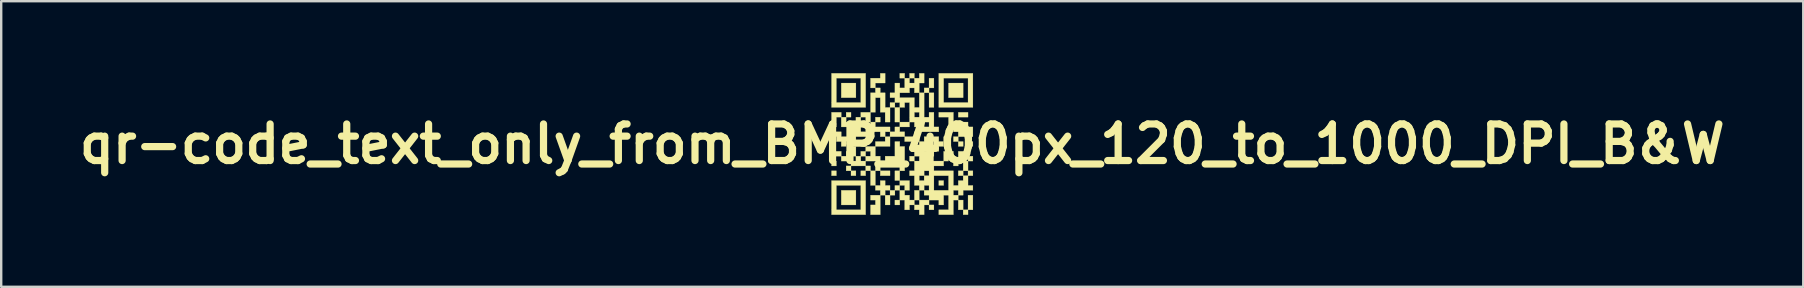
<source format=kicad_pcb>
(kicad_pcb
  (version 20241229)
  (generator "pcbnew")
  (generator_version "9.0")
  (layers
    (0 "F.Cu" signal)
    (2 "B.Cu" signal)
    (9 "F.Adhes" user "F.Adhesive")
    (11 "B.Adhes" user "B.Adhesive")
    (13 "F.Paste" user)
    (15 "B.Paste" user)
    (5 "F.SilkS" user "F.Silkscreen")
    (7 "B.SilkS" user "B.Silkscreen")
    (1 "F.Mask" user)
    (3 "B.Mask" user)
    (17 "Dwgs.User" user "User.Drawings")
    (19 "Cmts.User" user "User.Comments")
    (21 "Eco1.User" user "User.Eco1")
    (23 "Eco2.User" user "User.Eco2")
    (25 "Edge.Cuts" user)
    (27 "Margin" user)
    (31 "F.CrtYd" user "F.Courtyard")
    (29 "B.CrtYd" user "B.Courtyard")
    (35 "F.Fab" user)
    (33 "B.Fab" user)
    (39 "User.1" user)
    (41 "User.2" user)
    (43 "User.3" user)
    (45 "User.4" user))
  (footprint "qr-code_text_only_from_BMP_400px_120_to_1000_DPI_B&W"
    (layer "F.Cu")
    (at 34.551 2.951)
    (property "Reference" "qr-code_text_only_from_BMP_400px_120_to_1000_DPI_B&W" (at 0 0 0) (layer "F.SilkS") (effects (font (size 1.524 1.524) (thickness 0.3))))
    (attr through_hole)
    (fp_poly (pts (xy -2.743 0.914) (xy -2.946 0.914) (xy -2.946 0.711) (xy -2.743 0.711) (xy -2.743 0.914)) (stroke (width 0.01) (type solid)) (fill yes) (layer "F.SilkS"))
    (fp_poly (pts (xy -2.743 1.321) (xy -2.946 1.321) (xy -2.946 1.118) (xy -2.743 1.118) (xy -2.743 1.321)) (stroke (width 0.01) (type solid)) (fill yes) (layer "F.SilkS"))
    (fp_poly (pts (xy -2.54 0.508) (xy -2.946 0.508) (xy -2.946 0.305) (xy -2.54 0.305) (xy -2.54 0.508)) (stroke (width 0.01) (type solid)) (fill yes) (layer "F.SilkS"))
    (fp_poly (pts (xy -2.134 -1.118) (xy -2.337 -1.118) (xy -2.337 -1.321) (xy -2.134 -1.321) (xy -2.134 -1.118)) (stroke (width 0.01) (type solid)) (fill yes) (layer "F.SilkS"))
    (fp_poly (pts (xy -2.134 1.118) (xy -2.337 1.118) (xy -2.337 0.914) (xy -2.134 0.914) (xy -2.134 1.118)) (stroke (width 0.01) (type solid)) (fill yes) (layer "F.SilkS"))
    (fp_poly (pts (xy -1.93 -1.93) (xy -2.54 -1.93) (xy -2.54 -2.54) (xy -1.93 -2.54) (xy -1.93 -1.93)) (stroke (width 0.01) (type solid)) (fill yes) (layer "F.SilkS"))
    (fp_poly (pts (xy -1.93 1.321) (xy -2.134 1.321) (xy -2.134 1.118) (xy -1.93 1.118) (xy -1.93 1.321)) (stroke (width 0.01) (type solid)) (fill yes) (layer "F.SilkS"))
    (fp_poly (pts (xy -1.93 2.54) (xy -2.54 2.54) (xy -2.54 1.93) (xy -1.93 1.93) (xy -1.93 2.54)) (stroke (width 0.01) (type solid)) (fill yes) (layer "F.SilkS"))
    (fp_poly (pts (xy -1.524 0.102) (xy -1.727 0.102) (xy -1.727 -0.102) (xy -1.524 -0.102) (xy -1.524 0.102)) (stroke (width 0.01) (type solid)) (fill yes) (layer "F.SilkS"))
    (fp_poly (pts (xy -1.524 1.321) (xy -1.727 1.321) (xy -1.727 1.118) (xy -1.524 1.118) (xy -1.524 1.321)) (stroke (width 0.01) (type solid)) (fill yes) (layer "F.SilkS"))
    (fp_poly (pts (xy -1.321 1.118) (xy -1.524 1.118) (xy -1.524 0.914) (xy -1.321 0.914) (xy -1.321 1.118)) (stroke (width 0.01) (type solid)) (fill yes) (layer "F.SilkS"))
    (fp_poly (pts (xy -1.118 1.727) (xy -1.321 1.727) (xy -1.321 1.118) (xy -1.118 1.118) (xy -1.118 1.727)) (stroke (width 0.01) (type solid)) (fill yes) (layer "F.SilkS"))
    (fp_poly (pts (xy -0.914 -0.914) (xy -1.118 -0.914) (xy -1.118 -1.118) (xy -0.914 -1.118) (xy -0.914 -0.914)) (stroke (width 0.01) (type solid)) (fill yes) (layer "F.SilkS"))
    (fp_poly (pts (xy -0.914 1.118) (xy -1.118 1.118) (xy -1.118 0.914) (xy -0.914 0.914) (xy -0.914 1.118)) (stroke (width 0.01) (type solid)) (fill yes) (layer "F.SilkS"))
    (fp_poly (pts (xy -0.508 1.321) (xy -0.914 1.321) (xy -0.914 1.118) (xy -0.508 1.118) (xy -0.508 1.321)) (stroke (width 0.01) (type solid)) (fill yes) (layer "F.SilkS"))
    (fp_poly (pts (xy -0.305 -1.524) (xy -0.508 -1.524) (xy -0.508 -1.727) (xy -0.305 -1.727) (xy -0.305 -1.524)) (stroke (width 0.01) (type solid)) (fill yes) (layer "F.SilkS"))
    (fp_poly (pts (xy -0.102 -0.914) (xy -0.305 -0.914) (xy -0.305 -1.524) (xy -0.102 -1.524) (xy -0.102 -0.914)) (stroke (width 0.01) (type solid)) (fill yes) (layer "F.SilkS"))
    (fp_poly (pts (xy -0.102 1.524) (xy -0.305 1.524) (xy -0.305 1.118) (xy -0.102 1.118) (xy -0.102 1.524)) (stroke (width 0.01) (type solid)) (fill yes) (layer "F.SilkS"))
    (fp_poly (pts (xy -0.102 1.93) (xy -0.305 1.93) (xy -0.305 1.727) (xy -0.102 1.727) (xy -0.102 1.93)) (stroke (width 0.01) (type solid)) (fill yes) (layer "F.SilkS"))
    (fp_poly (pts (xy -0.102 2.54) (xy -0.305 2.54) (xy -0.305 2.337) (xy -0.102 2.337) (xy -0.102 2.54)) (stroke (width 0.01) (type solid)) (fill yes) (layer "F.SilkS"))
    (fp_poly (pts (xy 0.102 -2.743) (xy -0.102 -2.743) (xy -0.102 -2.946) (xy 0.102 -2.946) (xy 0.102 -2.743)) (stroke (width 0.01) (type solid)) (fill yes) (layer "F.SilkS"))
    (fp_poly (pts (xy 0.305 -0.711) (xy -0.102 -0.711) (xy -0.102 -0.914) (xy 0.305 -0.914) (xy 0.305 -0.711)) (stroke (width 0.01) (type solid)) (fill yes) (layer "F.SilkS"))
    (fp_poly (pts (xy 0.508 0.711) (xy 0.305 0.711) (xy 0.305 0.508) (xy 0.508 0.508) (xy 0.508 0.711)) (stroke (width 0.01) (type solid)) (fill yes) (layer "F.SilkS"))
    (fp_poly (pts (xy 0.711 2.337) (xy 0.508 2.337) (xy 0.508 1.93) (xy 0.711 1.93) (xy 0.711 2.337)) (stroke (width 0.01) (type solid)) (fill yes) (layer "F.SilkS"))
    (fp_poly (pts (xy 1.118 -2.134) (xy 0.914 -2.134) (xy 0.914 -2.337) (xy 1.118 -2.337) (xy 1.118 -2.134)) (stroke (width 0.01) (type solid)) (fill yes) (layer "F.SilkS"))
    (fp_poly (pts (xy 1.321 -2.337) (xy 1.118 -2.337) (xy 1.118 -2.743) (xy 1.321 -2.743) (xy 1.321 -2.337)) (stroke (width 0.01) (type solid)) (fill yes) (layer "F.SilkS"))
    (fp_poly (pts (xy 1.321 -1.524) (xy 1.118 -1.524) (xy 1.118 -2.134) (xy 1.321 -2.134) (xy 1.321 -1.524)) (stroke (width 0.01) (type solid)) (fill yes) (layer "F.SilkS"))
    (fp_poly (pts (xy 1.321 2.743) (xy 1.118 2.743) (xy 1.118 2.54) (xy 1.321 2.54) (xy 1.321 2.743)) (stroke (width 0.01) (type solid)) (fill yes) (layer "F.SilkS"))
    (fp_poly (pts (xy 1.727 1.727) (xy 1.524 1.727) (xy 1.524 1.524) (xy 1.727 1.524) (xy 1.727 1.727)) (stroke (width 0.01) (type solid)) (fill yes) (layer "F.SilkS"))
    (fp_poly (pts (xy 1.93 -0.102) (xy 1.727 -0.102) (xy 1.727 -0.305) (xy 1.93 -0.305) (xy 1.93 -0.102)) (stroke (width 0.01) (type solid)) (fill yes) (layer "F.SilkS"))
    (fp_poly (pts (xy 2.337 -0.102) (xy 2.134 -0.102) (xy 2.134 -0.305) (xy 2.337 -0.305) (xy 2.337 -0.102)) (stroke (width 0.01) (type solid)) (fill yes) (layer "F.SilkS"))
    (fp_poly (pts (xy 2.337 0.914) (xy 2.134 0.914) (xy 2.134 0.711) (xy 2.337 0.711) (xy 2.337 0.914)) (stroke (width 0.01) (type solid)) (fill yes) (layer "F.SilkS"))
    (fp_poly (pts (xy 2.54 -1.93) (xy 1.93 -1.93) (xy 1.93 -2.54) (xy 2.54 -2.54) (xy 2.54 -1.93)) (stroke (width 0.01) (type solid)) (fill yes) (layer "F.SilkS"))
    (fp_poly (pts (xy 2.54 0.102) (xy 2.337 0.102) (xy 2.337 -0.102) (xy 2.54 -0.102) (xy 2.54 0.102)) (stroke (width 0.01) (type solid)) (fill yes) (layer "F.SilkS"))
    (fp_poly (pts (xy 2.54 1.321) (xy 2.337 1.321) (xy 2.337 1.118) (xy 2.54 1.118) (xy 2.54 1.321)) (stroke (width 0.01) (type solid)) (fill yes) (layer "F.SilkS"))
    (fp_poly (pts (xy 2.54 2.743) (xy 2.337 2.743) (xy 2.337 2.337) (xy 2.54 2.337) (xy 2.54 2.743)) (stroke (width 0.01) (type solid)) (fill yes) (layer "F.SilkS"))
    (fp_poly (pts (xy 2.743 -1.118) (xy 2.337 -1.118) (xy 2.337 -1.321) (xy 2.743 -1.321) (xy 2.743 -1.118)) (stroke (width 0.01) (type solid)) (fill yes) (layer "F.SilkS"))
    (fp_poly (pts (xy 2.743 1.118) (xy 2.54 1.118) (xy 2.54 0.711) (xy 2.743 0.711) (xy 2.743 1.118)) (stroke (width 0.01) (type solid)) (fill yes) (layer "F.SilkS"))
    (fp_poly (pts (xy 2.743 2.946) (xy 2.54 2.946) (xy 2.54 2.743) (xy 2.743 2.743) (xy 2.743 2.946)) (stroke (width 0.01) (type solid)) (fill yes) (layer "F.SilkS"))
    (fp_poly (pts (xy 2.946 0.102) (xy 2.743 0.102) (xy 2.743 -0.102) (xy 2.946 -0.102) (xy 2.946 0.102)) (stroke (width 0.01) (type solid)) (fill yes) (layer "F.SilkS"))
    (fp_poly (pts (xy 2.946 0.711) (xy 2.743 0.711) (xy 2.743 0.508) (xy 2.946 0.508) (xy 2.946 0.711)) (stroke (width 0.01) (type solid)) (fill yes) (layer "F.SilkS"))
    (fp_poly (pts (xy 2.946 1.321) (xy 2.743 1.321) (xy 2.743 1.118) (xy 2.946 1.118) (xy 2.946 1.321)) (stroke (width 0.01) (type solid)) (fill yes) (layer "F.SilkS"))
    (fp_poly (pts (xy 2.946 2.743) (xy 2.743 2.743) (xy 2.743 2.134) (xy 2.946 2.134) (xy 2.946 2.743)) (stroke (width 0.01) (type solid)) (fill yes) (layer "F.SilkS"))
    (fp_poly (pts (xy -2.54 -1.118) (xy -2.743 -1.118) (xy -2.743 -0.711) (xy -2.946 -0.711) (xy -2.946 -1.321) (xy -2.54 -1.321) (xy -2.54 -1.118)) (stroke (width 0.01) (type solid)) (fill yes) (layer "F.SilkS"))
    (fp_poly (pts (xy -2.337 -0.914) (xy -2.134 -0.914) (xy -2.134 -0.711) (xy -2.54 -0.711) (xy -2.54 -1.118) (xy -2.337 -1.118) (xy -2.337 -0.914)) (stroke (width 0.01) (type solid)) (fill yes) (layer "F.SilkS"))
    (fp_poly (pts (xy -0.508 0.102) (xy -1.118 0.102) (xy -1.118 -0.102) (xy -0.711 -0.102) (xy -0.711 -0.305) (xy -0.508 -0.305) (xy -0.508 0.102)) (stroke (width 0.01) (type solid)) (fill yes) (layer "F.SilkS"))
    (fp_poly (pts (xy 0.305 1.93) (xy 0.102 1.93) (xy 0.102 1.727) (xy -0.102 1.727) (xy -0.102 1.524) (xy 0.305 1.524) (xy 0.305 1.93)) (stroke (width 0.01) (type solid)) (fill yes) (layer "F.SilkS"))
    (fp_poly (pts (xy 0.711 -0.102) (xy 0.102 -0.102) (xy 0.102 -0.305) (xy 0.508 -0.305) (xy 0.508 -0.508) (xy 0.711 -0.508) (xy 0.711 -0.102)) (stroke (width 0.01) (type solid)) (fill yes) (layer "F.SilkS"))
    (fp_poly (pts (xy 2.134 -0.711) (xy 1.93 -0.711) (xy 1.93 -1.118) (xy 1.524 -1.118) (xy 1.524 -1.321) (xy 2.134 -1.321) (xy 2.134 -0.711)) (stroke (width 0.01) (type solid)) (fill yes) (layer "F.SilkS"))
    (fp_poly (pts (xy 2.134 0.508) (xy 1.93 0.508) (xy 1.93 0.711) (xy 1.727 0.711) (xy 1.727 0.305) (xy 2.134 0.305) (xy 2.134 0.508)) (stroke (width 0.01) (type solid)) (fill yes) (layer "F.SilkS"))
    (fp_poly (pts (xy 2.743 0.508) (xy 2.54 0.508) (xy 2.54 0.711) (xy 2.337 0.711) (xy 2.337 0.305) (xy 2.743 0.305) (xy 2.743 0.508)) (stroke (width 0.01) (type solid)) (fill yes) (layer "F.SilkS"))
    (fp_poly (pts (xy -0.914 2.946) (xy -1.321 2.946) (xy -1.321 2.54) (xy -1.118 2.54) (xy -1.118 2.337) (xy -1.321 2.337) (xy -1.321 2.134) (xy -0.914 2.134) (xy -0.914 2.946)) (stroke (width 0.01) (type solid)) (fill yes) (layer "F.SilkS"))
    (fp_poly (pts (xy -0.711 -2.54) (xy -1.118 -2.54) (xy -1.118 -2.337) (xy -1.321 -2.337) (xy -1.321 -2.743) (xy -0.914 -2.743) (xy -0.914 -2.946) (xy -0.711 -2.946) (xy -0.711 -2.54)) (stroke (width 0.01) (type solid)) (fill yes) (layer "F.SilkS"))
    (fp_poly (pts (xy -0.102 -0.508) (xy 0.102 -0.508) (xy 0.102 -0.305) (xy -0.508 -0.305) (xy -0.508 -0.508) (xy -0.305 -0.508) (xy -0.305 -0.711) (xy -0.102 -0.711) (xy -0.102 -0.508)) (stroke (width 0.01) (type solid)) (fill yes) (layer "F.SilkS"))
    (fp_poly (pts (xy 1.118 2.54) (xy 0.914 2.54) (xy 0.914 2.946) (xy 0.711 2.946) (xy 0.711 2.743) (xy 0.508 2.743) (xy 0.508 2.54) (xy 0.711 2.54) (xy 0.711 2.337) (xy 1.118 2.337) (xy 1.118 2.54)) (stroke (width 0.01) (type solid)) (fill yes) (layer "F.SilkS"))
    (fp_poly (pts (xy -1.524 -1.524) (xy -2.946 -1.524) (xy -2.946 -2.743) (xy -2.743 -2.743) (xy -2.743 -1.727) (xy -1.727 -1.727) (xy -1.727 -2.743) (xy -2.743 -2.743) (xy -2.946 -2.743) (xy -2.946 -2.946) (xy -1.524 -2.946) (xy -1.524 -1.524)) (stroke (width 0.01) (type solid)) (fill yes) (layer "F.SilkS"))
    (fp_poly (pts (xy -1.524 2.946) (xy -2.946 2.946) (xy -2.946 1.727) (xy -2.743 1.727) (xy -2.743 2.743) (xy -1.727 2.743) (xy -1.727 1.727) (xy -2.743 1.727) (xy -2.946 1.727) (xy -2.946 1.524) (xy -1.524 1.524) (xy -1.524 2.946)) (stroke (width 0.01) (type solid)) (fill yes) (layer "F.SilkS"))
    (fp_poly (pts (xy 2.946 -1.524) (xy 1.524 -1.524) (xy 1.524 -2.743) (xy 1.727 -2.743) (xy 1.727 -1.727) (xy 2.743 -1.727) (xy 2.743 -2.743) (xy 1.727 -2.743) (xy 1.524 -2.743) (xy 1.524 -2.946) (xy 2.946 -2.946) (xy 2.946 -1.524)) (stroke (width 0.01) (type solid)) (fill yes) (layer "F.SilkS"))
    (fp_poly (pts (xy -0.914 0.711) (xy -0.711 0.711) (xy -0.711 0.508) (xy -0.305 0.508) (xy -0.305 -0.102) (xy -0.102 -0.102) (xy -0.102 0.102) (xy 0.102 0.102) (xy 0.102 1.118) (xy -0.102 1.118) (xy -0.102 0.914) (xy -0.914 0.914) (xy -0.914 0.711)) (stroke (width 0.01) (type solid)) (fill yes) (layer "F.SilkS"))
    (fp_poly (pts (xy -0.102 1.93) (xy 0.102 1.93) (xy 0.102 2.134) (xy 0.305 2.134) (xy 0.305 2.337) (xy 0.508 2.337) (xy 0.508 2.54) (xy 0.305 2.54) (xy 0.305 2.743) (xy 0.102 2.743) (xy 0.102 2.337) (xy -0.102 2.337) (xy -0.102 1.93)) (stroke (width 0.01) (type solid)) (fill yes) (layer "F.SilkS"))
    (fp_poly (pts (xy 2.946 -0.711) (xy 2.946 -0.305) (xy 2.337 -0.305) (xy 2.337 -0.508) (xy 2.134 -0.508) (xy 2.134 -0.711) (xy 2.54 -0.711) (xy 2.54 -0.508) (xy 2.743 -0.508) (xy 2.743 -0.711) (xy 2.54 -0.711) (xy 2.54 -0.914) (xy 2.743 -0.914) (xy 2.743 -0.711) (xy 2.946 -0.711)) (stroke (width 0.01) (type solid)) (fill yes) (layer "F.SilkS"))
    (fp_poly (pts (xy -0.914 -2.134) (xy -0.711 -2.134) (xy -0.711 -1.524) (xy -0.508 -1.524) (xy -0.508 -0.914) (xy -0.711 -0.914) (xy -0.711 -1.321) (xy -0.914 -1.321) (xy -0.914 -1.93) (xy -1.118 -1.93) (xy -1.118 -1.321) (xy -1.321 -1.321) (xy -1.321 -2.134) (xy -1.118 -2.134) (xy -1.118 -2.337) (xy -0.914 -2.337) (xy -0.914 -2.134)) (stroke (width 0.01) (type solid)) (fill yes) (layer "F.SilkS"))
    (fp_poly (pts (xy -0.914 1.93) (xy -0.711 1.93) (xy -0.711 2.134) (xy -0.508 2.134) (xy -0.508 1.93) (xy -0.711 1.93) (xy -0.914 1.93) (xy -1.118 1.93) (xy -1.118 1.727) (xy -0.914 1.727) (xy -0.914 1.524) (xy -0.711 1.524) (xy -0.711 1.727) (xy -0.508 1.727) (xy -0.508 1.93) (xy -0.305 1.93) (xy -0.305 2.134) (xy -0.508 2.134) (xy -0.508 2.54) (xy -0.711 2.54) (xy -0.711 2.134) (xy -0.914 2.134) (xy -0.914 1.93)) (stroke (width 0.01) (type solid)) (fill yes) (layer "F.SilkS"))
    (fp_poly (pts (xy -1.93 0.508) (xy -1.727 0.508) (xy -1.727 0.711) (xy -1.524 0.711) (xy -1.524 0.508) (xy -1.727 0.508) (xy -1.727 0.305) (xy -1.524 0.305) (xy -1.524 0.508) (xy -1.321 0.508) (xy -1.321 0.305) (xy -1.524 0.305) (xy -1.524 0.102) (xy -1.118 0.102) (xy -1.118 0.508) (xy -0.914 0.508) (xy -0.914 0.711) (xy -1.524 0.711) (xy -1.524 0.914) (xy -2.134 0.914) (xy -2.134 0.711) (xy -2.54 0.711) (xy -2.54 0.508) (xy -2.337 0.508) (xy -2.134 0.508) (xy -2.134 0.711) (xy -1.93 0.711) (xy -1.93 0.508) (xy -2.134 0.508) (xy -2.337 0.508) (xy -2.337 0.305) (xy -2.134 0.305) (xy -2.134 0.102) (xy -1.93 0.102) (xy -1.93 0.508)) (stroke (width 0.01) (type solid)) (fill yes) (layer "F.SilkS"))
    (fp_poly (pts (xy -1.118 -0.914) (xy -1.118 -0.711) (xy -0.508 -0.711) (xy -0.508 -0.508) (xy -0.711 -0.508) (xy -0.711 -0.305) (xy -0.914 -0.305) (xy -0.914 -0.508) (xy -1.321 -0.508) (xy -1.321 -0.102) (xy -1.524 -0.102) (xy -1.524 -0.305) (xy -1.93 -0.305) (xy -1.93 -0.102) (xy -2.337 -0.102) (xy -2.337 0.102) (xy -2.54 0.102) (xy -2.54 -0.102) (xy -2.743 -0.102) (xy -2.743 -0.305) (xy -2.946 -0.305) (xy -2.946 -0.508) (xy -2.54 -0.508) (xy -2.54 -0.305) (xy -2.134 -0.305) (xy -2.134 -0.711) (xy -1.93 -0.711) (xy -1.727 -0.711) (xy -1.727 -0.508) (xy -1.524 -0.508) (xy -1.524 -0.711) (xy -1.727 -0.711) (xy -1.93 -0.711) (xy -1.93 -1.118) (xy -1.727 -1.118) (xy -1.727 -0.914) (xy -1.524 -0.914) (xy -1.524 -0.711) (xy -1.321 -0.711) (xy -1.321 -0.914) (xy -1.524 -0.914) (xy -1.524 -1.118) (xy -1.727 -1.118) (xy -1.727 -1.321) (xy -1.321 -1.321) (xy -1.321 -0.914) (xy -1.118 -0.914)) (stroke (width 0.01) (type solid)) (fill yes) (layer "F.SilkS"))
    (fp_poly (pts (xy -0.305 -1.93) (xy -0.508 -1.93) (xy -0.508 -2.134) (xy -0.305 -2.134) (xy -0.102 -2.134) (xy -0.102 -1.93) (xy 0.508 -1.93) (xy 0.508 -1.524) (xy 0.711 -1.524) (xy 0.711 -2.134) (xy 0.508 -2.134) (xy 0.508 -2.337) (xy 0.305 -2.337) (xy 0.305 -2.134) (xy -0.102 -2.134) (xy -0.305 -2.134) (xy -0.305 -2.54) (xy -0.102 -2.54) (xy -0.102 -2.337) (xy 0.102 -2.337) (xy 0.102 -2.743) (xy 0.305 -2.743) (xy 0.305 -2.54) (xy 0.508 -2.54) (xy 0.508 -2.743) (xy 0.305 -2.743) (xy 0.305 -2.946) (xy 0.508 -2.946) (xy 0.508 -2.743) (xy 0.711 -2.743) (xy 0.711 -2.946) (xy 0.914 -2.946) (xy 0.914 -2.54) (xy 0.711 -2.54) (xy 0.711 -2.134) (xy 0.914 -2.134) (xy 0.914 -1.118) (xy 1.118 -1.118) (xy 1.118 -1.321) (xy 1.321 -1.321) (xy 1.321 -0.711) (xy 1.524 -0.711) (xy 1.524 -0.508) (xy 0.711 -0.508) (xy 0.711 -0.711) (xy 0.508 -0.711) (xy 0.508 -0.914) (xy 0.914 -0.914) (xy 0.914 -0.711) (xy 1.118 -0.711) (xy 1.118 -0.914) (xy 0.914 -0.914) (xy 0.508 -0.914) (xy 0.305 -0.914) (xy 0.305 -1.321) (xy 0.508 -1.321) (xy 0.508 -1.118) (xy 0.711 -1.118) (xy 0.711 -1.321) (xy 0.508 -1.321) (xy 0.305 -1.321) (xy 0.305 -1.727) (xy 0.102 -1.727) (xy 0.102 -1.524) (xy -0.102 -1.524) (xy -0.102 -1.727) (xy -0.305 -1.727) (xy -0.305 -1.93)) (stroke (width 0.01) (type solid)) (fill yes) (layer "F.SilkS"))
    (fp_poly (pts (xy 1.118 2.134) (xy 0.914 2.134) (xy 0.914 1.93) (xy 0.711 1.93) (xy 0.711 1.727) (xy 0.914 1.727) (xy 0.914 1.93) (xy 1.118 1.93) (xy 1.118 1.727) (xy 0.914 1.727) (xy 0.711 1.727) (xy 0.508 1.727) (xy 0.508 1.321) (xy 0.711 1.321) (xy 0.711 1.524) (xy 0.914 1.524) (xy 0.914 1.321) (xy 0.711 1.321) (xy 0.508 1.321) (xy 0.305 1.321) (xy 0.305 1.118) (xy 0.508 1.118) (xy 0.914 1.118) (xy 0.914 1.321) (xy 1.118 1.321) (xy 1.321 1.321) (xy 1.321 1.93) (xy 1.93 1.93) (xy 2.134 1.93) (xy 2.134 2.134) (xy 2.337 2.134) (xy 2.337 1.93) (xy 2.134 1.93) (xy 1.93 1.93) (xy 1.93 1.321) (xy 1.321 1.321) (xy 1.118 1.321) (xy 1.118 1.118) (xy 0.914 1.118) (xy 0.508 1.118) (xy 0.508 0.711) (xy 0.711 0.711) (xy 0.711 0.508) (xy 0.508 0.508) (xy 0.508 0.102) (xy 0.711 0.102) (xy 0.914 0.102) (xy 0.914 0.305) (xy 1.118 0.305) (xy 1.118 0.102) (xy 0.914 0.102) (xy 0.711 0.102) (xy 0.711 -0.102) (xy 0.914 -0.102) (xy 1.118 -0.102) (xy 1.118 0.102) (xy 1.321 0.102) (xy 1.321 -0.102) (xy 1.118 -0.102) (xy 0.914 -0.102) (xy 0.914 -0.305) (xy 1.524 -0.305) (xy 1.524 -0.102) (xy 1.727 -0.102) (xy 1.727 0.102) (xy 1.524 0.102) (xy 1.524 0.305) (xy 1.321 0.305) (xy 1.321 0.508) (xy 1.118 0.508) (xy 1.118 0.711) (xy 1.727 0.711) (xy 1.727 0.914) (xy 1.321 0.914) (xy 1.321 1.118) (xy 2.134 1.118) (xy 2.134 1.727) (xy 2.337 1.727) (xy 2.337 1.524) (xy 2.54 1.524) (xy 2.54 1.321) (xy 2.743 1.321) (xy 2.743 1.727) (xy 2.946 1.727) (xy 2.946 1.93) (xy 2.54 1.93) (xy 2.54 2.134) (xy 2.337 2.134) (xy 2.337 2.337) (xy 2.134 2.337) (xy 2.134 2.946) (xy 1.524 2.946) (xy 1.524 2.743) (xy 1.93 2.743) (xy 1.93 2.134) (xy 1.727 2.134) (xy 1.727 2.54) (xy 1.524 2.54) (xy 1.524 2.337) (xy 1.118 2.337) (xy 1.118 2.134)) (stroke (width 0.01) (type solid)) (fill yes) (layer "F.SilkS")))
  (gr_rect
    (start -3 -3)
    (end 72.103 8.903)
    (stroke (width 0.1) (type default))
    (fill no)
    (layer "Edge.Cuts")))
</source>
